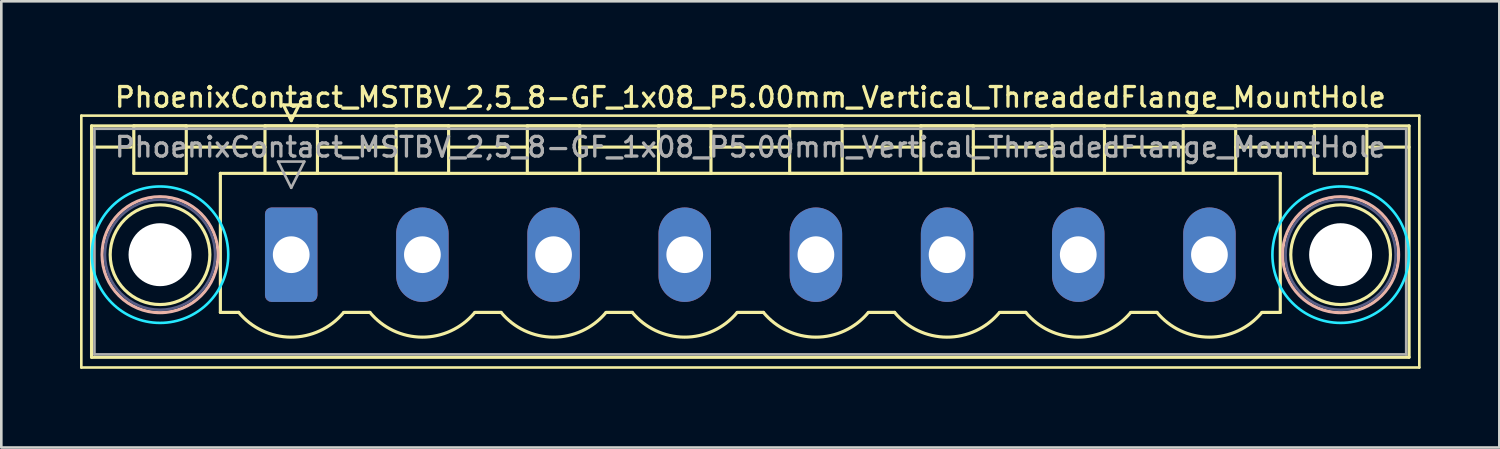
<source format=kicad_pcb>
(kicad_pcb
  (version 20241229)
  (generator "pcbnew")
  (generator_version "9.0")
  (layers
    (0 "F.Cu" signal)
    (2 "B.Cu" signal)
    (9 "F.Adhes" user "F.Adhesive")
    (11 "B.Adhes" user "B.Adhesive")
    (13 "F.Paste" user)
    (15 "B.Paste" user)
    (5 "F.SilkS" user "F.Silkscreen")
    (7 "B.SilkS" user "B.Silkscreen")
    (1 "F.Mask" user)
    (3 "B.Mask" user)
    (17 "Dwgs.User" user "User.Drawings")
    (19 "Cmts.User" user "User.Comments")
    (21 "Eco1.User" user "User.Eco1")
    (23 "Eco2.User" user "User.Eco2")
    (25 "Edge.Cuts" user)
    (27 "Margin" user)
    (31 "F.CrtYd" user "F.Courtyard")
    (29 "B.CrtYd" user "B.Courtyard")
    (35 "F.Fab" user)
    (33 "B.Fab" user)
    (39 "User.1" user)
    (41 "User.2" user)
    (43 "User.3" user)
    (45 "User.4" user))
  (footprint "PhoenixContact_MSTBV_2,5_8-GF_1x08_P5.00mm_Vertical_ThreadedFlange_MountHole"
    (layer "F.Cu")
    (at 8.05 6.658)
    (property "Reference" "PhoenixContact_MSTBV_2,5_8-GF_1x08_P5.00mm_Vertical_ThreadedFlange_MountHole" (at 17.5 -6 0) (layer "F.SilkS") (effects (font (size 0.75 0.75) (thickness 0.125))))
    (attr through_hole)
    (fp_line (start -8 -5.3) (end -8 4.3) (stroke (width 0.1) (type solid)) (layer "F.SilkS"))
    (fp_line (start -8 4.3) (end 43 4.3) (stroke (width 0.1) (type solid)) (layer "F.SilkS"))
    (fp_line (start -7.61 -4.91) (end -7.61 3.91) (stroke (width 0.12) (type solid)) (layer "F.SilkS"))
    (fp_line (start -7.61 -4.1) (end -6.11 -4.1) (stroke (width 0.12) (type solid)) (layer "F.SilkS"))
    (fp_line (start -7.61 3.91) (end 42.61 3.91) (stroke (width 0.12) (type solid)) (layer "F.SilkS"))
    (fp_line (start -6 -4.91) (end -4 -4.91) (stroke (width 0.12) (type solid)) (layer "F.SilkS"))
    (fp_line (start -6 -3.1) (end -6 -4.91) (stroke (width 0.12) (type solid)) (layer "F.SilkS"))
    (fp_line (start -4 -4.91) (end -4 -3.1) (stroke (width 0.12) (type solid)) (layer "F.SilkS"))
    (fp_line (start -4 -4.1) (end -1 -4.1) (stroke (width 0.12) (type solid)) (layer "F.SilkS"))
    (fp_line (start -4 -3.1) (end -6 -3.1) (stroke (width 0.12) (type solid)) (layer "F.SilkS"))
    (fp_line (start -2.7 -3.1) (end 37.7 -3.1) (stroke (width 0.12) (type solid)) (layer "F.SilkS"))
    (fp_line (start -2.7 2.2) (end -2.7 -3.1) (stroke (width 0.12) (type solid)) (layer "F.SilkS"))
    (fp_line (start -2 2.2) (end -2.7 2.2) (stroke (width 0.12) (type solid)) (layer "F.SilkS"))
    (fp_line (start -1 -4.91) (end 1 -4.91) (stroke (width 0.12) (type solid)) (layer "F.SilkS"))
    (fp_line (start -1 -3.1) (end -1 -4.91) (stroke (width 0.12) (type solid)) (layer "F.SilkS"))
    (fp_line (start -0.3 -5.71) (end 0.3 -5.71) (stroke (width 0.12) (type solid)) (layer "F.SilkS"))
    (fp_line (start 0 -5.11) (end -0.3 -5.71) (stroke (width 0.12) (type solid)) (layer "F.SilkS"))
    (fp_line (start 0.3 -5.71) (end 0 -5.11) (stroke (width 0.12) (type solid)) (layer "F.SilkS"))
    (fp_line (start 1 -4.91) (end 1 -3.1) (stroke (width 0.12) (type solid)) (layer "F.SilkS"))
    (fp_line (start 1 -4.1) (end 4 -4.1) (stroke (width 0.12) (type solid)) (layer "F.SilkS"))
    (fp_line (start 1 -3.1) (end -1 -3.1) (stroke (width 0.12) (type solid)) (layer "F.SilkS"))
    (fp_line (start 2 2.2) (end 3 2.2) (stroke (width 0.12) (type solid)) (layer "F.SilkS"))
    (fp_line (start 4 -4.91) (end 6 -4.91) (stroke (width 0.12) (type solid)) (layer "F.SilkS"))
    (fp_line (start 4 -3.1) (end 4 -4.91) (stroke (width 0.12) (type solid)) (layer "F.SilkS"))
    (fp_line (start 6 -4.91) (end 6 -3.1) (stroke (width 0.12) (type solid)) (layer "F.SilkS"))
    (fp_line (start 6 -4.1) (end 9 -4.1) (stroke (width 0.12) (type solid)) (layer "F.SilkS"))
    (fp_line (start 6 -3.1) (end 4 -3.1) (stroke (width 0.12) (type solid)) (layer "F.SilkS"))
    (fp_line (start 7 2.2) (end 8 2.2) (stroke (width 0.12) (type solid)) (layer "F.SilkS"))
    (fp_line (start 9 -4.91) (end 11 -4.91) (stroke (width 0.12) (type solid)) (layer "F.SilkS"))
    (fp_line (start 9 -3.1) (end 9 -4.91) (stroke (width 0.12) (type solid)) (layer "F.SilkS"))
    (fp_line (start 11 -4.91) (end 11 -3.1) (stroke (width 0.12) (type solid)) (layer "F.SilkS"))
    (fp_line (start 11 -4.1) (end 14 -4.1) (stroke (width 0.12) (type solid)) (layer "F.SilkS"))
    (fp_line (start 11 -3.1) (end 9 -3.1) (stroke (width 0.12) (type solid)) (layer "F.SilkS"))
    (fp_line (start 12 2.2) (end 13 2.2) (stroke (width 0.12) (type solid)) (layer "F.SilkS"))
    (fp_line (start 14 -4.91) (end 16 -4.91) (stroke (width 0.12) (type solid)) (layer "F.SilkS"))
    (fp_line (start 14 -3.1) (end 14 -4.91) (stroke (width 0.12) (type solid)) (layer "F.SilkS"))
    (fp_line (start 16 -4.91) (end 16 -3.1) (stroke (width 0.12) (type solid)) (layer "F.SilkS"))
    (fp_line (start 16 -4.1) (end 19 -4.1) (stroke (width 0.12) (type solid)) (layer "F.SilkS"))
    (fp_line (start 16 -3.1) (end 14 -3.1) (stroke (width 0.12) (type solid)) (layer "F.SilkS"))
    (fp_line (start 17 2.2) (end 18 2.2) (stroke (width 0.12) (type solid)) (layer "F.SilkS"))
    (fp_line (start 19 -4.91) (end 21 -4.91) (stroke (width 0.12) (type solid)) (layer "F.SilkS"))
    (fp_line (start 19 -3.1) (end 19 -4.91) (stroke (width 0.12) (type solid)) (layer "F.SilkS"))
    (fp_line (start 21 -4.91) (end 21 -3.1) (stroke (width 0.12) (type solid)) (layer "F.SilkS"))
    (fp_line (start 21 -4.1) (end 24 -4.1) (stroke (width 0.12) (type solid)) (layer "F.SilkS"))
    (fp_line (start 21 -3.1) (end 19 -3.1) (stroke (width 0.12) (type solid)) (layer "F.SilkS"))
    (fp_line (start 22 2.2) (end 23 2.2) (stroke (width 0.12) (type solid)) (layer "F.SilkS"))
    (fp_line (start 24 -4.91) (end 26 -4.91) (stroke (width 0.12) (type solid)) (layer "F.SilkS"))
    (fp_line (start 24 -3.1) (end 24 -4.91) (stroke (width 0.12) (type solid)) (layer "F.SilkS"))
    (fp_line (start 26 -4.91) (end 26 -3.1) (stroke (width 0.12) (type solid)) (layer "F.SilkS"))
    (fp_line (start 26 -4.1) (end 29 -4.1) (stroke (width 0.12) (type solid)) (layer "F.SilkS"))
    (fp_line (start 26 -3.1) (end 24 -3.1) (stroke (width 0.12) (type solid)) (layer "F.SilkS"))
    (fp_line (start 27 2.2) (end 28 2.2) (stroke (width 0.12) (type solid)) (layer "F.SilkS"))
    (fp_line (start 29 -4.91) (end 31 -4.91) (stroke (width 0.12) (type solid)) (layer "F.SilkS"))
    (fp_line (start 29 -3.1) (end 29 -4.91) (stroke (width 0.12) (type solid)) (layer "F.SilkS"))
    (fp_line (start 31 -4.91) (end 31 -3.1) (stroke (width 0.12) (type solid)) (layer "F.SilkS"))
    (fp_line (start 31 -4.1) (end 34 -4.1) (stroke (width 0.12) (type solid)) (layer "F.SilkS"))
    (fp_line (start 31 -3.1) (end 29 -3.1) (stroke (width 0.12) (type solid)) (layer "F.SilkS"))
    (fp_line (start 32 2.2) (end 33 2.2) (stroke (width 0.12) (type solid)) (layer "F.SilkS"))
    (fp_line (start 34 -4.91) (end 36 -4.91) (stroke (width 0.12) (type solid)) (layer "F.SilkS"))
    (fp_line (start 34 -3.1) (end 34 -4.91) (stroke (width 0.12) (type solid)) (layer "F.SilkS"))
    (fp_line (start 36 -4.91) (end 36 -3.1) (stroke (width 0.12) (type solid)) (layer "F.SilkS"))
    (fp_line (start 36 -4.1) (end 39 -4.1) (stroke (width 0.12) (type solid)) (layer "F.SilkS"))
    (fp_line (start 36 -3.1) (end 34 -3.1) (stroke (width 0.12) (type solid)) (layer "F.SilkS"))
    (fp_line (start 37.7 -3.1) (end 37.7 2.2) (stroke (width 0.12) (type solid)) (layer "F.SilkS"))
    (fp_line (start 37.7 2.2) (end 37 2.2) (stroke (width 0.12) (type solid)) (layer "F.SilkS"))
    (fp_line (start 39 -4.91) (end 41 -4.91) (stroke (width 0.12) (type solid)) (layer "F.SilkS"))
    (fp_line (start 39 -3.1) (end 39 -4.91) (stroke (width 0.12) (type solid)) (layer "F.SilkS"))
    (fp_line (start 41 -4.91) (end 41 -3.1) (stroke (width 0.12) (type solid)) (layer "F.SilkS"))
    (fp_line (start 41 -3.1) (end 39 -3.1) (stroke (width 0.12) (type solid)) (layer "F.SilkS"))
    (fp_line (start 42.61 -4.91) (end -7.61 -4.91) (stroke (width 0.12) (type solid)) (layer "F.SilkS"))
    (fp_line (start 42.61 -4.1) (end 41.11 -4.1) (stroke (width 0.12) (type solid)) (layer "F.SilkS"))
    (fp_line (start 42.61 3.91) (end 42.61 -4.91) (stroke (width 0.12) (type solid)) (layer "F.SilkS"))
    (fp_line (start 43 -5.3) (end -8 -5.3) (stroke (width 0.1) (type solid)) (layer "F.SilkS"))
    (fp_line (start 43 4.3) (end 43 -5.3) (stroke (width 0.1) (type solid)) (layer "F.SilkS"))
    (fp_arc (start 1.986842 2.215821) (mid -0.010289 3.142758) (end -2 2.2) (stroke (width 0.12) (type solid)) (layer "F.SilkS"))
    (fp_arc (start 6.986842 2.215821) (mid 4.989711 3.142758) (end 3 2.2) (stroke (width 0.12) (type solid)) (layer "F.SilkS"))
    (fp_arc (start 11.986842 2.215821) (mid 9.989711 3.142758) (end 8 2.2) (stroke (width 0.12) (type solid)) (layer "F.SilkS"))
    (fp_arc (start 16.986842 2.215821) (mid 14.989711 3.142758) (end 13 2.2) (stroke (width 0.12) (type solid)) (layer "F.SilkS"))
    (fp_arc (start 21.986842 2.215821) (mid 19.989711 3.142758) (end 18 2.2) (stroke (width 0.12) (type solid)) (layer "F.SilkS"))
    (fp_arc (start 26.986842 2.215821) (mid 24.989711 3.142758) (end 23 2.2) (stroke (width 0.12) (type solid)) (layer "F.SilkS"))
    (fp_arc (start 31.986842 2.215821) (mid 29.989711 3.142758) (end 28 2.2) (stroke (width 0.12) (type solid)) (layer "F.SilkS"))
    (fp_arc (start 36.986842 2.215821) (mid 34.989711 3.142758) (end 33 2.2) (stroke (width 0.12) (type solid)) (layer "F.SilkS"))
    (fp_circle (center -5 0) (end -3.1 0) (stroke (width 0.12) (type solid)) (fill no) (layer "F.SilkS"))
    (fp_circle (center 40 0) (end 41.9 0) (stroke (width 0.12) (type solid)) (fill no) (layer "F.SilkS"))
    (fp_circle (center -5 0) (end -2.79 0) (stroke (width 0.12) (type solid)) (fill no) (layer "B.SilkS"))
    (fp_circle (center 40 0) (end 42.21 0) (stroke (width 0.12) (type solid)) (fill no) (layer "B.SilkS"))
    (fp_circle (center -5 0) (end -2.4 0) (stroke (width 0.1) (type solid)) (fill no) (layer "B.CrtYd"))
    (fp_circle (center 40 0) (end 42.6 0) (stroke (width 0.1) (type solid)) (fill no) (layer "B.CrtYd"))
    (fp_circle (center -5 0) (end -2.9 0) (stroke (width 0.1) (type solid)) (fill no) (layer "B.Fab"))
    (fp_circle (center 40 0) (end 42.1 0) (stroke (width 0.1) (type solid)) (fill no) (layer "B.Fab"))
    (fp_line (start -7.5 -4.8) (end -7.5 3.8) (stroke (width 0.1) (type solid)) (layer "F.Fab"))
    (fp_line (start -7.5 3.8) (end 42.5 3.8) (stroke (width 0.1) (type solid)) (layer "F.Fab"))
    (fp_line (start -0.5 -3.55) (end 0.5 -3.55) (stroke (width 0.1) (type solid)) (layer "F.Fab"))
    (fp_line (start 0 -2.55) (end -0.5 -3.55) (stroke (width 0.1) (type solid)) (layer "F.Fab"))
    (fp_line (start 0.5 -3.55) (end 0 -2.55) (stroke (width 0.1) (type solid)) (layer "F.Fab"))
    (fp_line (start 42.5 -4.8) (end -7.5 -4.8) (stroke (width 0.1) (type solid)) (layer "F.Fab"))
    (fp_line (start 42.5 3.8) (end 42.5 -4.8) (stroke (width 0.1) (type solid)) (layer "F.Fab"))
    (fp_text user "${REFERENCE}" (at 17.5 -4.1 0) (layer "F.Fab") (effects (font (size 0.75 0.75) (thickness 0.125))))
    (pad "" np_thru_hole circle (at -5 0) (size 2.4 2.4) (drill 2.4) (layers "*.Cu" "*.Mask"))
    (pad "" np_thru_hole circle (at 40 0) (size 2.4 2.4) (drill 2.4) (layers "*.Cu" "*.Mask"))
    (pad "1" thru_hole roundrect (at 0 0) (size 2 3.6) (drill 1.4) (layers "*.Cu" "*.Mask") (roundrect_rratio 0.125))
    (pad "2" thru_hole oval (at 5 0) (size 2 3.6) (drill 1.4) (layers "*.Cu" "*.Mask"))
    (pad "3" thru_hole oval (at 10 0) (size 2 3.6) (drill 1.4) (layers "*.Cu" "*.Mask"))
    (pad "4" thru_hole oval (at 15 0) (size 2 3.6) (drill 1.4) (layers "*.Cu" "*.Mask"))
    (pad "5" thru_hole oval (at 20 0) (size 2 3.6) (drill 1.4) (layers "*.Cu" "*.Mask"))
    (pad "6" thru_hole oval (at 25 0) (size 2 3.6) (drill 1.4) (layers "*.Cu" "*.Mask"))
    (pad "7" thru_hole oval (at 30 0) (size 2 3.6) (drill 1.4) (layers "*.Cu" "*.Mask"))
    (pad "8" thru_hole oval (at 35 0) (size 2 3.6) (drill 1.4) (layers "*.Cu" "*.Mask")))
  (gr_rect
    (start -3 -3)
    (end 54.1 14.008)
    (stroke (width 0.1) (type default))
    (fill no)
    (layer "Edge.Cuts")))
</source>
